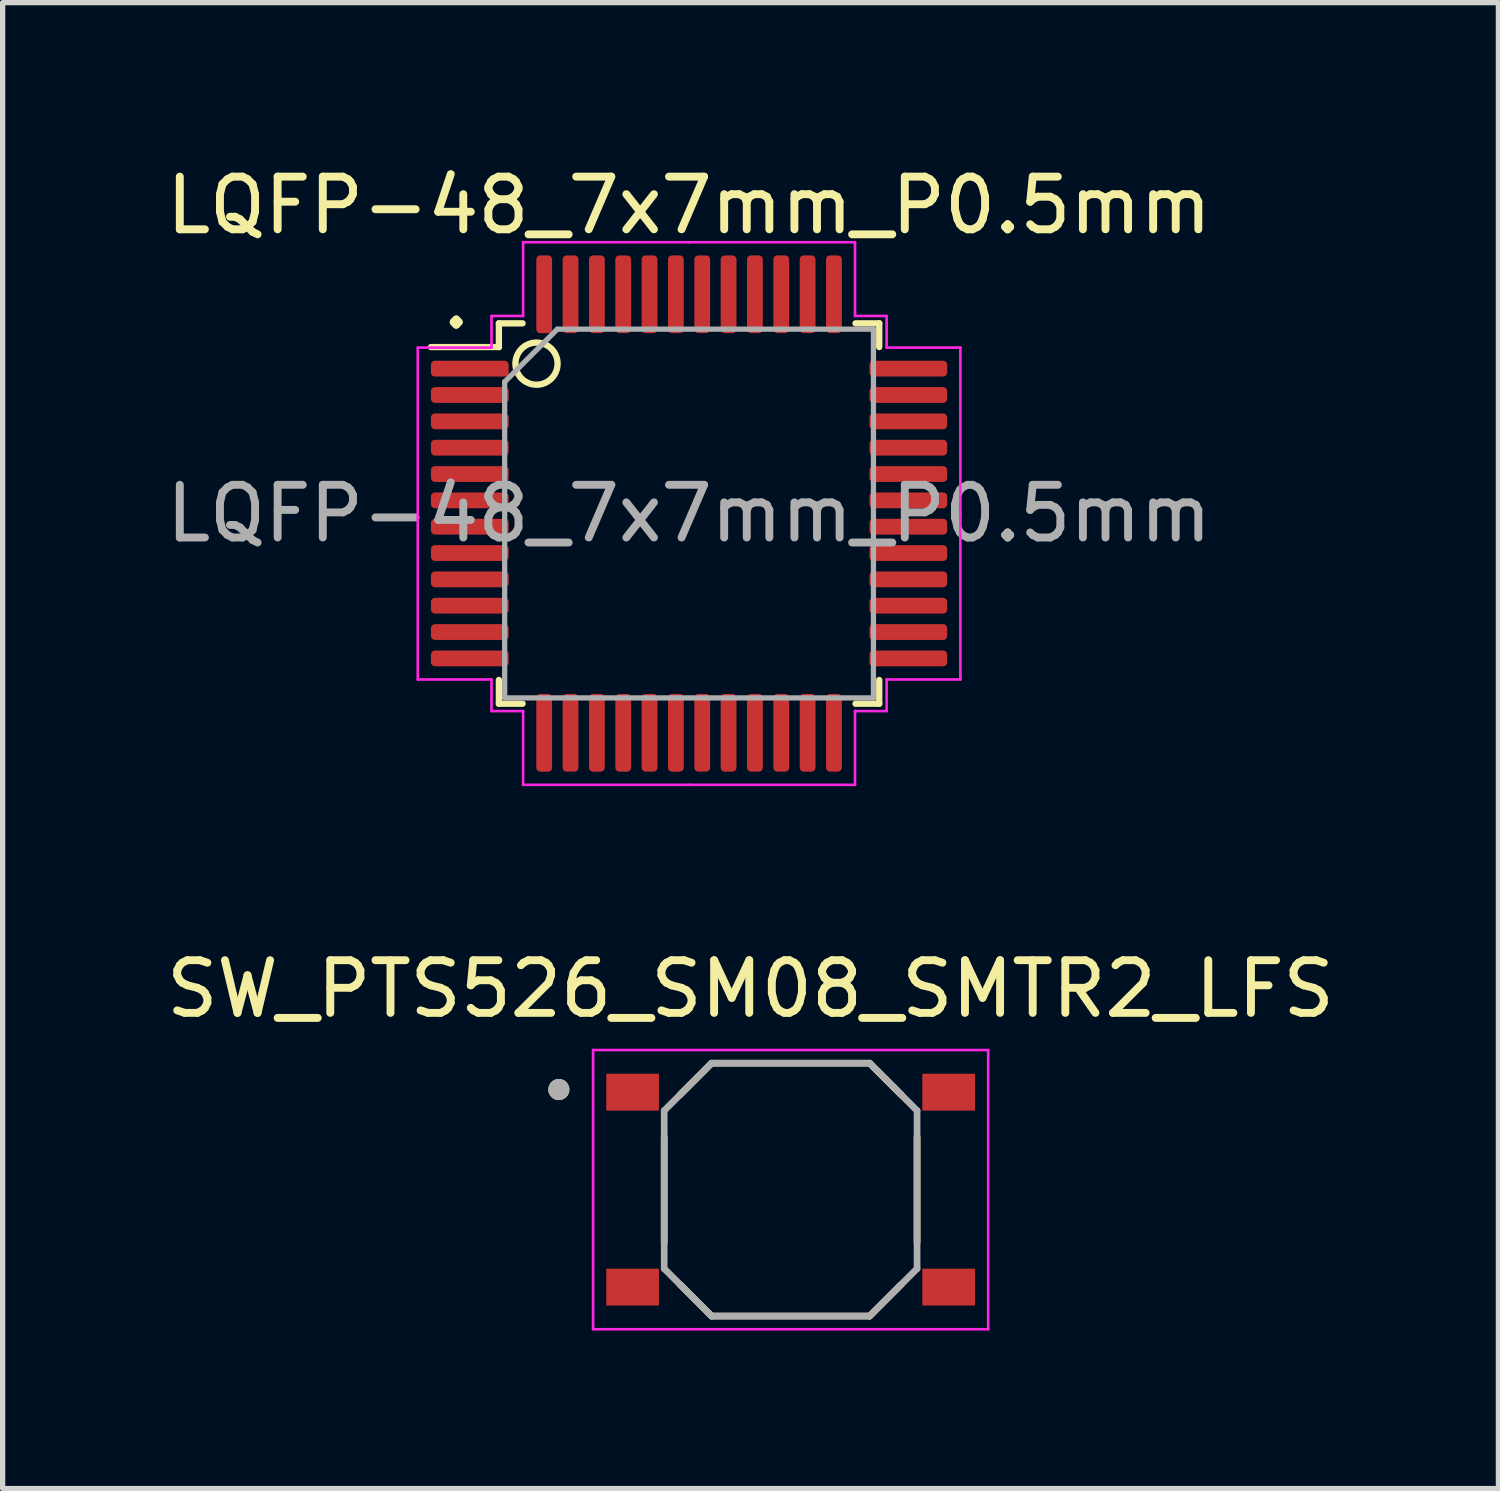
<source format=kicad_pcb>
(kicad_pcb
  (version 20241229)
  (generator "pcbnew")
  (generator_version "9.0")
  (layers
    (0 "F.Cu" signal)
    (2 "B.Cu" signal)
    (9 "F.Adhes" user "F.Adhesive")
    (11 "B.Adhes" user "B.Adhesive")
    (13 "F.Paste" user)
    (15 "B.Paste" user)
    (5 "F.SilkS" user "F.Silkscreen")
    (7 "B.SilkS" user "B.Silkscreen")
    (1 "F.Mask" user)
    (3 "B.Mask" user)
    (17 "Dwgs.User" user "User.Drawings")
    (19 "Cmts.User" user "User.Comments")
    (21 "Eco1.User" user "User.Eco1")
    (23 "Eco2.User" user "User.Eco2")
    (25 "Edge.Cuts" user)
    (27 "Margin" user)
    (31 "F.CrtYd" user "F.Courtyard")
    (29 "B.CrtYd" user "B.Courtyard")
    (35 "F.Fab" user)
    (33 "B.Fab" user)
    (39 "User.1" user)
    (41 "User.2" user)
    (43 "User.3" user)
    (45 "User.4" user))
  (footprint "LQFP-48_7x7mm_P0.5mm"
    (layer "F.Cu")
    (at 10.03 6.698)
    (property "Reference" "LQFP-48_7x7mm_P0.5mm" (at 0 -5.85 0) (layer "F.SilkS") (effects (font (size 1 1) (thickness 0.15))))
    (attr smd)
    (fp_line (start -3.61 -3.61) (end -3.61 -3.16) (stroke (width 0.12) (type solid)) (layer "F.SilkS"))
    (fp_line (start -3.61 -3.16) (end -4.9 -3.16) (stroke (width 0.12) (type solid)) (layer "F.SilkS"))
    (fp_line (start -3.61 3.61) (end -3.61 3.16) (stroke (width 0.12) (type solid)) (layer "F.SilkS"))
    (fp_line (start -3.16 -3.61) (end -3.61 -3.61) (stroke (width 0.12) (type solid)) (layer "F.SilkS"))
    (fp_line (start -3.16 3.61) (end -3.61 3.61) (stroke (width 0.12) (type solid)) (layer "F.SilkS"))
    (fp_line (start 3.16 -3.61) (end 3.61 -3.61) (stroke (width 0.12) (type solid)) (layer "F.SilkS"))
    (fp_line (start 3.16 3.61) (end 3.61 3.61) (stroke (width 0.12) (type solid)) (layer "F.SilkS"))
    (fp_line (start 3.61 -3.61) (end 3.61 -3.16) (stroke (width 0.12) (type solid)) (layer "F.SilkS"))
    (fp_line (start 3.61 3.61) (end 3.61 3.16) (stroke (width 0.12) (type solid)) (layer "F.SilkS"))
    (fp_circle (center -2.896 -2.845) (end -2.496 -2.845) (stroke (width 0.12) (type solid)) (fill no) (layer "F.SilkS"))
    (fp_line (start -5.15 -3.15) (end -5.15 0) (stroke (width 0.05) (type solid)) (layer "F.CrtYd"))
    (fp_line (start -5.15 3.15) (end -5.15 0) (stroke (width 0.05) (type solid)) (layer "F.CrtYd"))
    (fp_line (start -3.75 -3.75) (end -3.75 -3.15) (stroke (width 0.05) (type solid)) (layer "F.CrtYd"))
    (fp_line (start -3.75 -3.15) (end -5.15 -3.15) (stroke (width 0.05) (type solid)) (layer "F.CrtYd"))
    (fp_line (start -3.75 3.15) (end -5.15 3.15) (stroke (width 0.05) (type solid)) (layer "F.CrtYd"))
    (fp_line (start -3.75 3.75) (end -3.75 3.15) (stroke (width 0.05) (type solid)) (layer "F.CrtYd"))
    (fp_line (start -3.15 -5.15) (end -3.15 -3.75) (stroke (width 0.05) (type solid)) (layer "F.CrtYd"))
    (fp_line (start -3.15 -3.75) (end -3.75 -3.75) (stroke (width 0.05) (type solid)) (layer "F.CrtYd"))
    (fp_line (start -3.15 3.75) (end -3.75 3.75) (stroke (width 0.05) (type solid)) (layer "F.CrtYd"))
    (fp_line (start -3.15 5.15) (end -3.15 3.75) (stroke (width 0.05) (type solid)) (layer "F.CrtYd"))
    (fp_line (start 0 -5.15) (end -3.15 -5.15) (stroke (width 0.05) (type solid)) (layer "F.CrtYd"))
    (fp_line (start 0 -5.15) (end 3.15 -5.15) (stroke (width 0.05) (type solid)) (layer "F.CrtYd"))
    (fp_line (start 0 5.15) (end -3.15 5.15) (stroke (width 0.05) (type solid)) (layer "F.CrtYd"))
    (fp_line (start 0 5.15) (end 3.15 5.15) (stroke (width 0.05) (type solid)) (layer "F.CrtYd"))
    (fp_line (start 3.15 -5.15) (end 3.15 -3.75) (stroke (width 0.05) (type solid)) (layer "F.CrtYd"))
    (fp_line (start 3.15 -3.75) (end 3.75 -3.75) (stroke (width 0.05) (type solid)) (layer "F.CrtYd"))
    (fp_line (start 3.15 3.75) (end 3.75 3.75) (stroke (width 0.05) (type solid)) (layer "F.CrtYd"))
    (fp_line (start 3.15 5.15) (end 3.15 3.75) (stroke (width 0.05) (type solid)) (layer "F.CrtYd"))
    (fp_line (start 3.75 -3.75) (end 3.75 -3.15) (stroke (width 0.05) (type solid)) (layer "F.CrtYd"))
    (fp_line (start 3.75 -3.15) (end 5.15 -3.15) (stroke (width 0.05) (type solid)) (layer "F.CrtYd"))
    (fp_line (start 3.75 3.15) (end 5.15 3.15) (stroke (width 0.05) (type solid)) (layer "F.CrtYd"))
    (fp_line (start 3.75 3.75) (end 3.75 3.15) (stroke (width 0.05) (type solid)) (layer "F.CrtYd"))
    (fp_line (start 5.15 -3.15) (end 5.15 0) (stroke (width 0.05) (type solid)) (layer "F.CrtYd"))
    (fp_line (start 5.15 3.15) (end 5.15 0) (stroke (width 0.05) (type solid)) (layer "F.CrtYd"))
    (fp_line (start -3.5 -2.5) (end -2.5 -3.5) (stroke (width 0.1) (type solid)) (layer "F.Fab"))
    (fp_line (start -3.5 3.5) (end -3.5 -2.5) (stroke (width 0.1) (type solid)) (layer "F.Fab"))
    (fp_line (start -2.5 -3.5) (end 3.5 -3.5) (stroke (width 0.1) (type solid)) (layer "F.Fab"))
    (fp_line (start 3.5 -3.5) (end 3.5 3.5) (stroke (width 0.1) (type solid)) (layer "F.Fab"))
    (fp_line (start 3.5 3.5) (end -3.5 3.5) (stroke (width 0.1) (type solid)) (layer "F.Fab"))
    (fp_text user "·" (at -4.42 -3.708 0) (layer "F.SilkS") (effects (font (size 1 1) (thickness 0.15))))
    (fp_text user "${REFERENCE}" (at 0 0 0) (layer "F.Fab") (effects (font (size 1 1) (thickness 0.15))))
    (pad "1" smd roundrect (at -4.162 -2.75) (size 1.475 0.3) (layers "F.Cu" "F.Mask" "F.Paste") (roundrect_rratio 0.25))
    (pad "2" smd roundrect (at -4.162 -2.25) (size 1.475 0.3) (layers "F.Cu" "F.Mask" "F.Paste") (roundrect_rratio 0.25))
    (pad "3" smd roundrect (at -4.162 -1.75) (size 1.475 0.3) (layers "F.Cu" "F.Mask" "F.Paste") (roundrect_rratio 0.25))
    (pad "4" smd roundrect (at -4.162 -1.25) (size 1.475 0.3) (layers "F.Cu" "F.Mask" "F.Paste") (roundrect_rratio 0.25))
    (pad "5" smd roundrect (at -4.162 -0.75) (size 1.475 0.3) (layers "F.Cu" "F.Mask" "F.Paste") (roundrect_rratio 0.25))
    (pad "6" smd roundrect (at -4.162 -0.25) (size 1.475 0.3) (layers "F.Cu" "F.Mask" "F.Paste") (roundrect_rratio 0.25))
    (pad "7" smd roundrect (at -4.162 0.25) (size 1.475 0.3) (layers "F.Cu" "F.Mask" "F.Paste") (roundrect_rratio 0.25))
    (pad "8" smd roundrect (at -4.162 0.75) (size 1.475 0.3) (layers "F.Cu" "F.Mask" "F.Paste") (roundrect_rratio 0.25))
    (pad "9" smd roundrect (at -4.162 1.25) (size 1.475 0.3) (layers "F.Cu" "F.Mask" "F.Paste") (roundrect_rratio 0.25))
    (pad "10" smd roundrect (at -4.162 1.75) (size 1.475 0.3) (layers "F.Cu" "F.Mask" "F.Paste") (roundrect_rratio 0.25))
    (pad "11" smd roundrect (at -4.162 2.25) (size 1.475 0.3) (layers "F.Cu" "F.Mask" "F.Paste") (roundrect_rratio 0.25))
    (pad "12" smd roundrect (at -4.162 2.75) (size 1.475 0.3) (layers "F.Cu" "F.Mask" "F.Paste") (roundrect_rratio 0.25))
    (pad "13" smd roundrect (at -2.75 4.162) (size 0.3 1.475) (layers "F.Cu" "F.Mask" "F.Paste") (roundrect_rratio 0.25))
    (pad "14" smd roundrect (at -2.25 4.162) (size 0.3 1.475) (layers "F.Cu" "F.Mask" "F.Paste") (roundrect_rratio 0.25))
    (pad "15" smd roundrect (at -1.75 4.162) (size 0.3 1.475) (layers "F.Cu" "F.Mask" "F.Paste") (roundrect_rratio 0.25))
    (pad "16" smd roundrect (at -1.25 4.162) (size 0.3 1.475) (layers "F.Cu" "F.Mask" "F.Paste") (roundrect_rratio 0.25))
    (pad "17" smd roundrect (at -0.75 4.162) (size 0.3 1.475) (layers "F.Cu" "F.Mask" "F.Paste") (roundrect_rratio 0.25))
    (pad "18" smd roundrect (at -0.25 4.162) (size 0.3 1.475) (layers "F.Cu" "F.Mask" "F.Paste") (roundrect_rratio 0.25))
    (pad "19" smd roundrect (at 0.25 4.162) (size 0.3 1.475) (layers "F.Cu" "F.Mask" "F.Paste") (roundrect_rratio 0.25))
    (pad "20" smd roundrect (at 0.75 4.162) (size 0.3 1.475) (layers "F.Cu" "F.Mask" "F.Paste") (roundrect_rratio 0.25))
    (pad "21" smd roundrect (at 1.25 4.162) (size 0.3 1.475) (layers "F.Cu" "F.Mask" "F.Paste") (roundrect_rratio 0.25))
    (pad "22" smd roundrect (at 1.75 4.162) (size 0.3 1.475) (layers "F.Cu" "F.Mask" "F.Paste") (roundrect_rratio 0.25))
    (pad "23" smd roundrect (at 2.25 4.162) (size 0.3 1.475) (layers "F.Cu" "F.Mask" "F.Paste") (roundrect_rratio 0.25))
    (pad "24" smd roundrect (at 2.75 4.162) (size 0.3 1.475) (layers "F.Cu" "F.Mask" "F.Paste") (roundrect_rratio 0.25))
    (pad "25" smd roundrect (at 4.162 2.75) (size 1.475 0.3) (layers "F.Cu" "F.Mask" "F.Paste") (roundrect_rratio 0.25))
    (pad "26" smd roundrect (at 4.162 2.25) (size 1.475 0.3) (layers "F.Cu" "F.Mask" "F.Paste") (roundrect_rratio 0.25))
    (pad "27" smd roundrect (at 4.162 1.75) (size 1.475 0.3) (layers "F.Cu" "F.Mask" "F.Paste") (roundrect_rratio 0.25))
    (pad "28" smd roundrect (at 4.162 1.25) (size 1.475 0.3) (layers "F.Cu" "F.Mask" "F.Paste") (roundrect_rratio 0.25))
    (pad "29" smd roundrect (at 4.162 0.75) (size 1.475 0.3) (layers "F.Cu" "F.Mask" "F.Paste") (roundrect_rratio 0.25))
    (pad "30" smd roundrect (at 4.162 0.25) (size 1.475 0.3) (layers "F.Cu" "F.Mask" "F.Paste") (roundrect_rratio 0.25))
    (pad "31" smd roundrect (at 4.162 -0.25) (size 1.475 0.3) (layers "F.Cu" "F.Mask" "F.Paste") (roundrect_rratio 0.25))
    (pad "32" smd roundrect (at 4.162 -0.75) (size 1.475 0.3) (layers "F.Cu" "F.Mask" "F.Paste") (roundrect_rratio 0.25))
    (pad "33" smd roundrect (at 4.162 -1.25) (size 1.475 0.3) (layers "F.Cu" "F.Mask" "F.Paste") (roundrect_rratio 0.25))
    (pad "34" smd roundrect (at 4.162 -1.75) (size 1.475 0.3) (layers "F.Cu" "F.Mask" "F.Paste") (roundrect_rratio 0.25))
    (pad "35" smd roundrect (at 4.162 -2.25) (size 1.475 0.3) (layers "F.Cu" "F.Mask" "F.Paste") (roundrect_rratio 0.25))
    (pad "36" smd roundrect (at 4.162 -2.75) (size 1.475 0.3) (layers "F.Cu" "F.Mask" "F.Paste") (roundrect_rratio 0.25))
    (pad "37" smd roundrect (at 2.75 -4.162) (size 0.3 1.475) (layers "F.Cu" "F.Mask" "F.Paste") (roundrect_rratio 0.25))
    (pad "38" smd roundrect (at 2.25 -4.162) (size 0.3 1.475) (layers "F.Cu" "F.Mask" "F.Paste") (roundrect_rratio 0.25))
    (pad "39" smd roundrect (at 1.75 -4.162) (size 0.3 1.475) (layers "F.Cu" "F.Mask" "F.Paste") (roundrect_rratio 0.25))
    (pad "40" smd roundrect (at 1.25 -4.162) (size 0.3 1.475) (layers "F.Cu" "F.Mask" "F.Paste") (roundrect_rratio 0.25))
    (pad "41" smd roundrect (at 0.75 -4.162) (size 0.3 1.475) (layers "F.Cu" "F.Mask" "F.Paste") (roundrect_rratio 0.25))
    (pad "42" smd roundrect (at 0.25 -4.162) (size 0.3 1.475) (layers "F.Cu" "F.Mask" "F.Paste") (roundrect_rratio 0.25))
    (pad "43" smd roundrect (at -0.25 -4.162) (size 0.3 1.475) (layers "F.Cu" "F.Mask" "F.Paste") (roundrect_rratio 0.25))
    (pad "44" smd roundrect (at -0.75 -4.162) (size 0.3 1.475) (layers "F.Cu" "F.Mask" "F.Paste") (roundrect_rratio 0.25))
    (pad "45" smd roundrect (at -1.25 -4.162) (size 0.3 1.475) (layers "F.Cu" "F.Mask" "F.Paste") (roundrect_rratio 0.25))
    (pad "46" smd roundrect (at -1.75 -4.162) (size 0.3 1.475) (layers "F.Cu" "F.Mask" "F.Paste") (roundrect_rratio 0.25))
    (pad "47" smd roundrect (at -2.25 -4.162) (size 0.3 1.475) (layers "F.Cu" "F.Mask" "F.Paste") (roundrect_rratio 0.25))
    (pad "48" smd roundrect (at -2.75 -4.162) (size 0.3 1.475) (layers "F.Cu" "F.Mask" "F.Paste") (roundrect_rratio 0.25)))
  (footprint "SW_PTS526_SM08_SMTR2_LFS"
    (layer "F.Cu")
    (at 11.958 19.532)
    (property "Reference" "SW_PTS526_SM08_SMTR2_LFS" (at -0.762 -3.81 0) (layer "F.SilkS") (effects (font (size 1 1) (thickness 0.15))))
    (attr smd)
    (fp_line (start -2.4 -1) (end -2.4 1) (stroke (width 0.127) (type solid)) (layer "F.SilkS"))
    (fp_line (start -2.1 1.8) (end -1.5 2.4) (stroke (width 0.127) (type solid)) (layer "F.SilkS"))
    (fp_line (start -1.5 -2.4) (end -2.1 -1.8) (stroke (width 0.127) (type solid)) (layer "F.SilkS"))
    (fp_line (start -1.5 2.4) (end 1.5 2.4) (stroke (width 0.127) (type solid)) (layer "F.SilkS"))
    (fp_line (start 1.5 -2.4) (end -1.5 -2.4) (stroke (width 0.127) (type solid)) (layer "F.SilkS"))
    (fp_line (start 1.5 -2.4) (end 2.1 -1.8) (stroke (width 0.127) (type solid)) (layer "F.SilkS"))
    (fp_line (start 1.5 2.4) (end 2.1 1.8) (stroke (width 0.127) (type solid)) (layer "F.SilkS"))
    (fp_line (start 2.4 -1) (end 2.4 1) (stroke (width 0.127) (type solid)) (layer "F.SilkS"))
    (fp_circle (center -4.4 -1.9) (end -4.3 -1.9) (stroke (width 0.2) (type solid)) (fill no) (layer "F.SilkS"))
    (fp_line (start -3.75 -2.65) (end 3.75 -2.65) (stroke (width 0.05) (type solid)) (layer "F.CrtYd"))
    (fp_line (start -3.75 2.65) (end -3.75 -2.65) (stroke (width 0.05) (type solid)) (layer "F.CrtYd"))
    (fp_line (start 3.75 -2.65) (end 3.75 2.65) (stroke (width 0.05) (type solid)) (layer "F.CrtYd"))
    (fp_line (start 3.75 2.65) (end -3.75 2.65) (stroke (width 0.05) (type solid)) (layer "F.CrtYd"))
    (fp_line (start -2.4 -1.5) (end -2.4 1.5) (stroke (width 0.127) (type solid)) (layer "F.Fab"))
    (fp_line (start -1.5 -2.4) (end -2.4 -1.5) (stroke (width 0.127) (type solid)) (layer "F.Fab"))
    (fp_line (start -1.5 -2.4) (end 1.5 -2.4) (stroke (width 0.127) (type solid)) (layer "F.Fab"))
    (fp_line (start -1.5 2.4) (end -2.4 1.5) (stroke (width 0.127) (type solid)) (layer "F.Fab"))
    (fp_line (start -1.5 2.4) (end 1.5 2.4) (stroke (width 0.127) (type solid)) (layer "F.Fab"))
    (fp_line (start 1.5 -2.4) (end 2.4 -1.5) (stroke (width 0.127) (type solid)) (layer "F.Fab"))
    (fp_line (start 1.5 2.4) (end 2.4 1.5) (stroke (width 0.127) (type solid)) (layer "F.Fab"))
    (fp_line (start 2.4 -1.5) (end 2.4 1.5) (stroke (width 0.127) (type solid)) (layer "F.Fab"))
    (fp_circle (center -4.4 -1.9) (end -4.3 -1.9) (stroke (width 0.2) (type solid)) (fill no) (layer "F.Fab"))
    (pad "1" smd rect (at -3 -1.85) (size 1 0.7) (layers "F.Cu" "F.Mask" "F.Paste"))
    (pad "1" smd rect (at 3 -1.85) (size 1 0.7) (layers "F.Cu" "F.Mask" "F.Paste"))
    (pad "2" smd rect (at -3 1.85) (size 1 0.7) (layers "F.Cu" "F.Mask" "F.Paste"))
    (pad "2" smd rect (at 3 1.85) (size 1 0.7) (layers "F.Cu" "F.Mask" "F.Paste")))
  (gr_rect
    (start -3 -3)
    (end 25.393 25.206)
    (stroke (width 0.1) (type default))
    (fill no)
    (layer "Edge.Cuts")))
</source>
